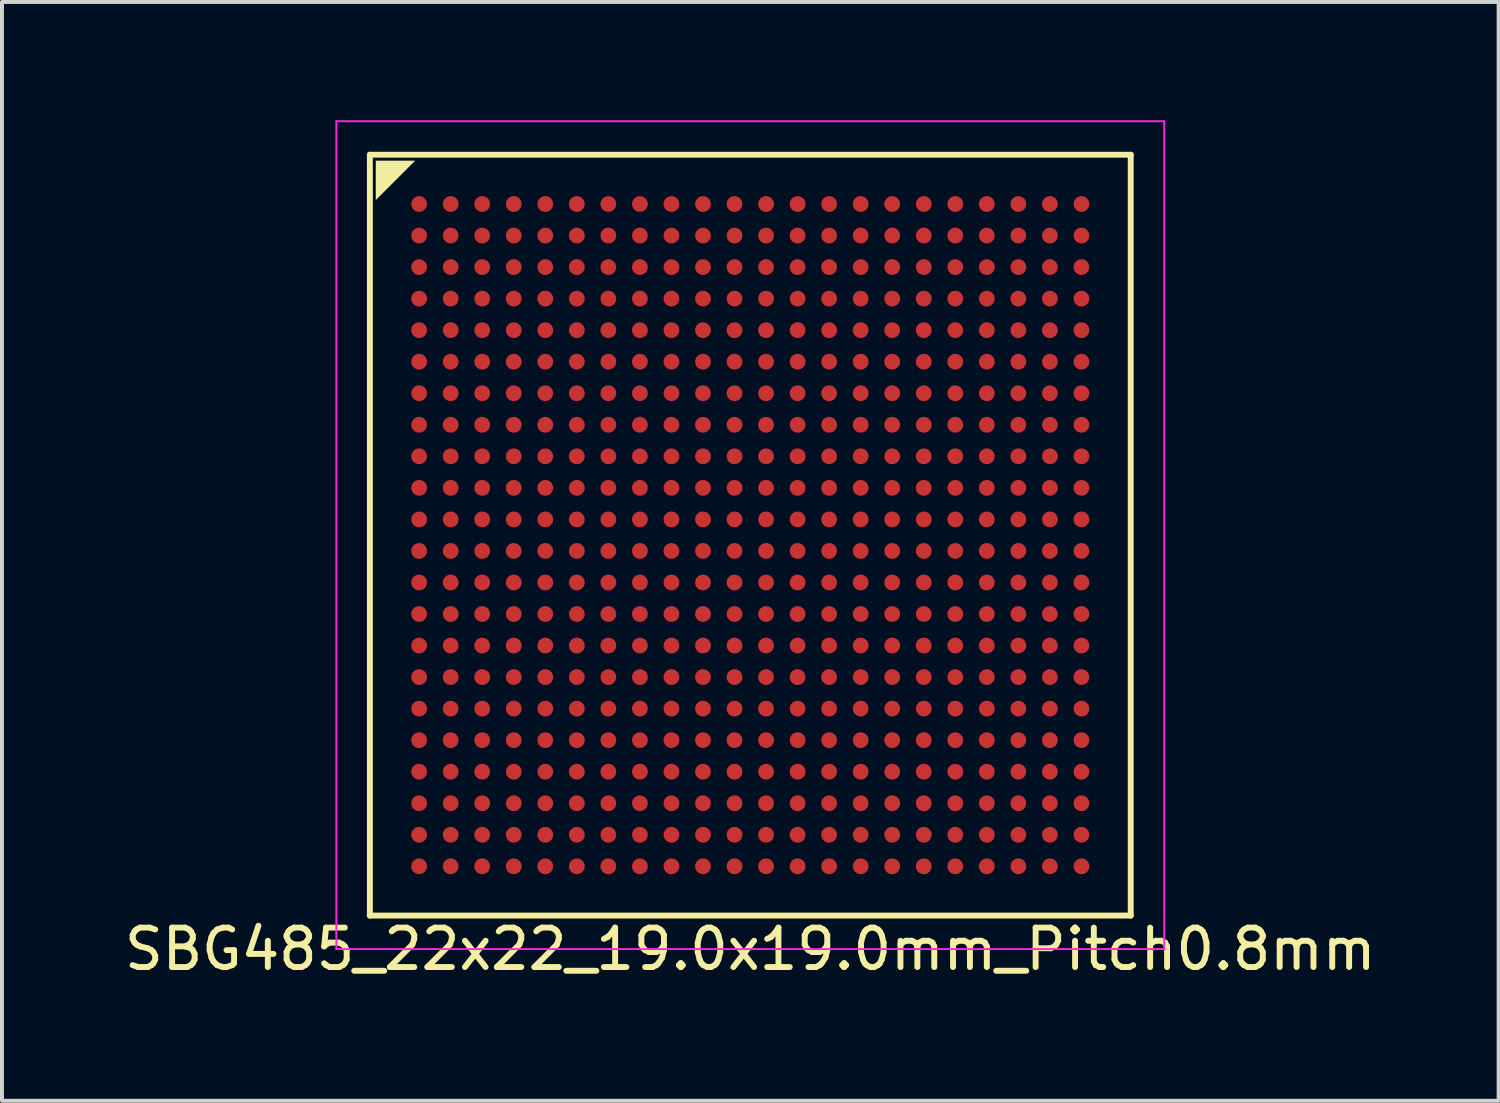
<source format=kicad_pcb>
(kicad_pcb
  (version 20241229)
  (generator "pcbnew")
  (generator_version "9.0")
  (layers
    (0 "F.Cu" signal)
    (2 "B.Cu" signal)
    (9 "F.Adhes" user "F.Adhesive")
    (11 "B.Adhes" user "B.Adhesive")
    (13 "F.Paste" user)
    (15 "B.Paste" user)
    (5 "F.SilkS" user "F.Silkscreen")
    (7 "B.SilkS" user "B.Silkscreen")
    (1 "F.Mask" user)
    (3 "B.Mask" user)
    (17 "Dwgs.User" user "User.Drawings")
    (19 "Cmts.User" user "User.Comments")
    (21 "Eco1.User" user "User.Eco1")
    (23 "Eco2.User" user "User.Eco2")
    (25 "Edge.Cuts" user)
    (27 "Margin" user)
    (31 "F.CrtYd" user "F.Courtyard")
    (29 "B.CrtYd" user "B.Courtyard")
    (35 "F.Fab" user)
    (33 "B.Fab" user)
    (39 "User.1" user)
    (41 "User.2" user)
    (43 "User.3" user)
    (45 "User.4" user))
  (footprint "SBG485_22x22_19.0x19.0mm_Pitch0.8mm"
    (layer "F.Cu")
    (at 15.982 10.525)
    (property "Reference" "SBG485_22x22_19.0x19.0mm_Pitch0.8mm" (at 0 10.5 0) (layer "F.SilkS") (effects (font (size 1 1) (thickness 0.15))))
    (attr through_hole)
    (fp_line (start -9.65 -9.65) (end -9.65 9.65) (stroke (width 0.15) (type solid)) (layer "F.SilkS"))
    (fp_line (start -9.65 9.65) (end 9.65 9.65) (stroke (width 0.15) (type solid)) (layer "F.SilkS"))
    (fp_line (start 9.65 -9.65) (end -9.65 -9.65) (stroke (width 0.15) (type solid)) (layer "F.SilkS"))
    (fp_line (start 9.65 9.65) (end 9.65 -9.65) (stroke (width 0.15) (type solid)) (layer "F.SilkS"))
    (fp_poly (pts (xy -9.5 -9.5) (xy -8.5 -9.5) (xy -9.5 -8.5)) (stroke (width 0) (type solid)) (fill yes) (layer "F.SilkS"))
    (fp_line (start -10.5 -10.5) (end -10.5 10.5) (stroke (width 0.05) (type solid)) (layer "F.CrtYd"))
    (fp_line (start -10.5 10.5) (end 10.5 10.5) (stroke (width 0.05) (type solid)) (layer "F.CrtYd"))
    (fp_line (start 10.5 -10.5) (end -10.5 -10.5) (stroke (width 0.05) (type solid)) (layer "F.CrtYd"))
    (fp_line (start 10.5 10.5) (end 10.5 -10.5) (stroke (width 0.05) (type solid)) (layer "F.CrtYd"))
    (pad "A1" smd circle (at -8.4 -8.4) (size 0.4 0.4) (layers "F.Cu" "F.Mask" "F.Paste"))
    (pad "A2" smd circle (at -7.6 -8.4) (size 0.4 0.4) (layers "F.Cu" "F.Mask" "F.Paste"))
    (pad "A3" smd circle (at -6.8 -8.4) (size 0.4 0.4) (layers "F.Cu" "F.Mask" "F.Paste"))
    (pad "A4" smd circle (at -6 -8.4) (size 0.4 0.4) (layers "F.Cu" "F.Mask" "F.Paste"))
    (pad "A5" smd circle (at -5.2 -8.4) (size 0.4 0.4) (layers "F.Cu" "F.Mask" "F.Paste"))
    (pad "A6" smd circle (at -4.4 -8.4) (size 0.4 0.4) (layers "F.Cu" "F.Mask" "F.Paste"))
    (pad "A7" smd circle (at -3.6 -8.4) (size 0.4 0.4) (layers "F.Cu" "F.Mask" "F.Paste"))
    (pad "A8" smd circle (at -2.8 -8.4) (size 0.4 0.4) (layers "F.Cu" "F.Mask" "F.Paste"))
    (pad "A9" smd circle (at -2 -8.4) (size 0.4 0.4) (layers "F.Cu" "F.Mask" "F.Paste"))
    (pad "A10" smd circle (at -1.2 -8.4) (size 0.4 0.4) (layers "F.Cu" "F.Mask" "F.Paste"))
    (pad "A11" smd circle (at -0.4 -8.4) (size 0.4 0.4) (layers "F.Cu" "F.Mask" "F.Paste"))
    (pad "A12" smd circle (at 0.4 -8.4) (size 0.4 0.4) (layers "F.Cu" "F.Mask" "F.Paste"))
    (pad "A13" smd circle (at 1.2 -8.4) (size 0.4 0.4) (layers "F.Cu" "F.Mask" "F.Paste"))
    (pad "A14" smd circle (at 2 -8.4) (size 0.4 0.4) (layers "F.Cu" "F.Mask" "F.Paste"))
    (pad "A15" smd circle (at 2.8 -8.4) (size 0.4 0.4) (layers "F.Cu" "F.Mask" "F.Paste"))
    (pad "A16" smd circle (at 3.6 -8.4) (size 0.4 0.4) (layers "F.Cu" "F.Mask" "F.Paste"))
    (pad "A17" smd circle (at 4.4 -8.4) (size 0.4 0.4) (layers "F.Cu" "F.Mask" "F.Paste"))
    (pad "A18" smd circle (at 5.2 -8.4) (size 0.4 0.4) (layers "F.Cu" "F.Mask" "F.Paste"))
    (pad "A19" smd circle (at 6 -8.4) (size 0.4 0.4) (layers "F.Cu" "F.Mask" "F.Paste"))
    (pad "A20" smd circle (at 6.8 -8.4) (size 0.4 0.4) (layers "F.Cu" "F.Mask" "F.Paste"))
    (pad "A21" smd circle (at 7.6 -8.4) (size 0.4 0.4) (layers "F.Cu" "F.Mask" "F.Paste"))
    (pad "A22" smd circle (at 8.4 -8.4) (size 0.4 0.4) (layers "F.Cu" "F.Mask" "F.Paste"))
    (pad "AA1" smd circle (at -8.4 7.6) (size 0.4 0.4) (layers "F.Cu" "F.Mask" "F.Paste"))
    (pad "AA2" smd circle (at -7.6 7.6) (size 0.4 0.4) (layers "F.Cu" "F.Mask" "F.Paste"))
    (pad "AA3" smd circle (at -6.8 7.6) (size 0.4 0.4) (layers "F.Cu" "F.Mask" "F.Paste"))
    (pad "AA4" smd circle (at -6 7.6) (size 0.4 0.4) (layers "F.Cu" "F.Mask" "F.Paste"))
    (pad "AA5" smd circle (at -5.2 7.6) (size 0.4 0.4) (layers "F.Cu" "F.Mask" "F.Paste"))
    (pad "AA6" smd circle (at -4.4 7.6) (size 0.4 0.4) (layers "F.Cu" "F.Mask" "F.Paste"))
    (pad "AA7" smd circle (at -3.6 7.6) (size 0.4 0.4) (layers "F.Cu" "F.Mask" "F.Paste"))
    (pad "AA8" smd circle (at -2.8 7.6) (size 0.4 0.4) (layers "F.Cu" "F.Mask" "F.Paste"))
    (pad "AA9" smd circle (at -2 7.6) (size 0.4 0.4) (layers "F.Cu" "F.Mask" "F.Paste"))
    (pad "AA10" smd circle (at -1.2 7.6) (size 0.4 0.4) (layers "F.Cu" "F.Mask" "F.Paste"))
    (pad "AA11" smd circle (at -0.4 7.6) (size 0.4 0.4) (layers "F.Cu" "F.Mask" "F.Paste"))
    (pad "AA12" smd circle (at 0.4 7.6) (size 0.4 0.4) (layers "F.Cu" "F.Mask" "F.Paste"))
    (pad "AA13" smd circle (at 1.2 7.6) (size 0.4 0.4) (layers "F.Cu" "F.Mask" "F.Paste"))
    (pad "AA14" smd circle (at 2 7.6) (size 0.4 0.4) (layers "F.Cu" "F.Mask" "F.Paste"))
    (pad "AA15" smd circle (at 2.8 7.6) (size 0.4 0.4) (layers "F.Cu" "F.Mask" "F.Paste"))
    (pad "AA16" smd circle (at 3.6 7.6) (size 0.4 0.4) (layers "F.Cu" "F.Mask" "F.Paste"))
    (pad "AA17" smd circle (at 4.4 7.6) (size 0.4 0.4) (layers "F.Cu" "F.Mask" "F.Paste"))
    (pad "AA18" smd circle (at 5.2 7.6) (size 0.4 0.4) (layers "F.Cu" "F.Mask" "F.Paste"))
    (pad "AA19" smd circle (at 6 7.6) (size 0.4 0.4) (layers "F.Cu" "F.Mask" "F.Paste"))
    (pad "AA20" smd circle (at 6.8 7.6) (size 0.4 0.4) (layers "F.Cu" "F.Mask" "F.Paste"))
    (pad "AA21" smd circle (at 7.6 7.6) (size 0.4 0.4) (layers "F.Cu" "F.Mask" "F.Paste"))
    (pad "AA22" smd circle (at 8.4 7.6) (size 0.4 0.4) (layers "F.Cu" "F.Mask" "F.Paste"))
    (pad "AB1" smd circle (at -8.4 8.4) (size 0.4 0.4) (layers "F.Cu" "F.Mask" "F.Paste"))
    (pad "AB2" smd circle (at -7.6 8.4) (size 0.4 0.4) (layers "F.Cu" "F.Mask" "F.Paste"))
    (pad "AB3" smd circle (at -6.8 8.4) (size 0.4 0.4) (layers "F.Cu" "F.Mask" "F.Paste"))
    (pad "AB4" smd circle (at -6 8.4) (size 0.4 0.4) (layers "F.Cu" "F.Mask" "F.Paste"))
    (pad "AB5" smd circle (at -5.2 8.4) (size 0.4 0.4) (layers "F.Cu" "F.Mask" "F.Paste"))
    (pad "AB6" smd circle (at -4.4 8.4) (size 0.4 0.4) (layers "F.Cu" "F.Mask" "F.Paste"))
    (pad "AB7" smd circle (at -3.6 8.4) (size 0.4 0.4) (layers "F.Cu" "F.Mask" "F.Paste"))
    (pad "AB8" smd circle (at -2.8 8.4) (size 0.4 0.4) (layers "F.Cu" "F.Mask" "F.Paste"))
    (pad "AB9" smd circle (at -2 8.4) (size 0.4 0.4) (layers "F.Cu" "F.Mask" "F.Paste"))
    (pad "AB10" smd circle (at -1.2 8.4) (size 0.4 0.4) (layers "F.Cu" "F.Mask" "F.Paste"))
    (pad "AB11" smd circle (at -0.4 8.4) (size 0.4 0.4) (layers "F.Cu" "F.Mask" "F.Paste"))
    (pad "AB12" smd circle (at 0.4 8.4) (size 0.4 0.4) (layers "F.Cu" "F.Mask" "F.Paste"))
    (pad "AB13" smd circle (at 1.2 8.4) (size 0.4 0.4) (layers "F.Cu" "F.Mask" "F.Paste"))
    (pad "AB14" smd circle (at 2 8.4) (size 0.4 0.4) (layers "F.Cu" "F.Mask" "F.Paste"))
    (pad "AB15" smd circle (at 2.8 8.4) (size 0.4 0.4) (layers "F.Cu" "F.Mask" "F.Paste"))
    (pad "AB16" smd circle (at 3.6 8.4) (size 0.4 0.4) (layers "F.Cu" "F.Mask" "F.Paste"))
    (pad "AB17" smd circle (at 4.4 8.4) (size 0.4 0.4) (layers "F.Cu" "F.Mask" "F.Paste"))
    (pad "AB18" smd circle (at 5.2 8.4) (size 0.4 0.4) (layers "F.Cu" "F.Mask" "F.Paste"))
    (pad "AB19" smd circle (at 6 8.4) (size 0.4 0.4) (layers "F.Cu" "F.Mask" "F.Paste"))
    (pad "AB20" smd circle (at 6.8 8.4) (size 0.4 0.4) (layers "F.Cu" "F.Mask" "F.Paste"))
    (pad "AB21" smd circle (at 7.6 8.4) (size 0.4 0.4) (layers "F.Cu" "F.Mask" "F.Paste"))
    (pad "AB22" smd circle (at 8.4 8.4) (size 0.4 0.4) (layers "F.Cu" "F.Mask" "F.Paste"))
    (pad "B1" smd circle (at -8.4 -7.6) (size 0.4 0.4) (layers "F.Cu" "F.Mask" "F.Paste"))
    (pad "B2" smd circle (at -7.6 -7.6) (size 0.4 0.4) (layers "F.Cu" "F.Mask" "F.Paste"))
    (pad "B3" smd circle (at -6.8 -7.6) (size 0.4 0.4) (layers "F.Cu" "F.Mask" "F.Paste"))
    (pad "B4" smd circle (at -6 -7.6) (size 0.4 0.4) (layers "F.Cu" "F.Mask" "F.Paste"))
    (pad "B5" smd circle (at -5.2 -7.6) (size 0.4 0.4) (layers "F.Cu" "F.Mask" "F.Paste"))
    (pad "B6" smd circle (at -4.4 -7.6) (size 0.4 0.4) (layers "F.Cu" "F.Mask" "F.Paste"))
    (pad "B7" smd circle (at -3.6 -7.6) (size 0.4 0.4) (layers "F.Cu" "F.Mask" "F.Paste"))
    (pad "B8" smd circle (at -2.8 -7.6) (size 0.4 0.4) (layers "F.Cu" "F.Mask" "F.Paste"))
    (pad "B9" smd circle (at -2 -7.6) (size 0.4 0.4) (layers "F.Cu" "F.Mask" "F.Paste"))
    (pad "B10" smd circle (at -1.2 -7.6) (size 0.4 0.4) (layers "F.Cu" "F.Mask" "F.Paste"))
    (pad "B11" smd circle (at -0.4 -7.6) (size 0.4 0.4) (layers "F.Cu" "F.Mask" "F.Paste"))
    (pad "B12" smd circle (at 0.4 -7.6) (size 0.4 0.4) (layers "F.Cu" "F.Mask" "F.Paste"))
    (pad "B13" smd circle (at 1.2 -7.6) (size 0.4 0.4) (layers "F.Cu" "F.Mask" "F.Paste"))
    (pad "B14" smd circle (at 2 -7.6) (size 0.4 0.4) (layers "F.Cu" "F.Mask" "F.Paste"))
    (pad "B15" smd circle (at 2.8 -7.6) (size 0.4 0.4) (layers "F.Cu" "F.Mask" "F.Paste"))
    (pad "B16" smd circle (at 3.6 -7.6) (size 0.4 0.4) (layers "F.Cu" "F.Mask" "F.Paste"))
    (pad "B17" smd circle (at 4.4 -7.6) (size 0.4 0.4) (layers "F.Cu" "F.Mask" "F.Paste"))
    (pad "B18" smd circle (at 5.2 -7.6) (size 0.4 0.4) (layers "F.Cu" "F.Mask" "F.Paste"))
    (pad "B19" smd circle (at 6 -7.6) (size 0.4 0.4) (layers "F.Cu" "F.Mask" "F.Paste"))
    (pad "B20" smd circle (at 6.8 -7.6) (size 0.4 0.4) (layers "F.Cu" "F.Mask" "F.Paste"))
    (pad "B21" smd circle (at 7.6 -7.6) (size 0.4 0.4) (layers "F.Cu" "F.Mask" "F.Paste"))
    (pad "B22" smd circle (at 8.4 -7.6) (size 0.4 0.4) (layers "F.Cu" "F.Mask" "F.Paste"))
    (pad "C1" smd circle (at -8.4 -6.8) (size 0.4 0.4) (layers "F.Cu" "F.Mask" "F.Paste"))
    (pad "C2" smd circle (at -7.6 -6.8) (size 0.4 0.4) (layers "F.Cu" "F.Mask" "F.Paste"))
    (pad "C3" smd circle (at -6.8 -6.8) (size 0.4 0.4) (layers "F.Cu" "F.Mask" "F.Paste"))
    (pad "C4" smd circle (at -6 -6.8) (size 0.4 0.4) (layers "F.Cu" "F.Mask" "F.Paste"))
    (pad "C5" smd circle (at -5.2 -6.8) (size 0.4 0.4) (layers "F.Cu" "F.Mask" "F.Paste"))
    (pad "C6" smd circle (at -4.4 -6.8) (size 0.4 0.4) (layers "F.Cu" "F.Mask" "F.Paste"))
    (pad "C7" smd circle (at -3.6 -6.8) (size 0.4 0.4) (layers "F.Cu" "F.Mask" "F.Paste"))
    (pad "C8" smd circle (at -2.8 -6.8) (size 0.4 0.4) (layers "F.Cu" "F.Mask" "F.Paste"))
    (pad "C9" smd circle (at -2 -6.8) (size 0.4 0.4) (layers "F.Cu" "F.Mask" "F.Paste"))
    (pad "C10" smd circle (at -1.2 -6.8) (size 0.4 0.4) (layers "F.Cu" "F.Mask" "F.Paste"))
    (pad "C11" smd circle (at -0.4 -6.8) (size 0.4 0.4) (layers "F.Cu" "F.Mask" "F.Paste"))
    (pad "C12" smd circle (at 0.4 -6.8) (size 0.4 0.4) (layers "F.Cu" "F.Mask" "F.Paste"))
    (pad "C13" smd circle (at 1.2 -6.8) (size 0.4 0.4) (layers "F.Cu" "F.Mask" "F.Paste"))
    (pad "C14" smd circle (at 2 -6.8) (size 0.4 0.4) (layers "F.Cu" "F.Mask" "F.Paste"))
    (pad "C15" smd circle (at 2.8 -6.8) (size 0.4 0.4) (layers "F.Cu" "F.Mask" "F.Paste"))
    (pad "C16" smd circle (at 3.6 -6.8) (size 0.4 0.4) (layers "F.Cu" "F.Mask" "F.Paste"))
    (pad "C17" smd circle (at 4.4 -6.8) (size 0.4 0.4) (layers "F.Cu" "F.Mask" "F.Paste"))
    (pad "C18" smd circle (at 5.2 -6.8) (size 0.4 0.4) (layers "F.Cu" "F.Mask" "F.Paste"))
    (pad "C19" smd circle (at 6 -6.8) (size 0.4 0.4) (layers "F.Cu" "F.Mask" "F.Paste"))
    (pad "C20" smd circle (at 6.8 -6.8) (size 0.4 0.4) (layers "F.Cu" "F.Mask" "F.Paste"))
    (pad "C21" smd circle (at 7.6 -6.8) (size 0.4 0.4) (layers "F.Cu" "F.Mask" "F.Paste"))
    (pad "C22" smd circle (at 8.4 -6.8) (size 0.4 0.4) (layers "F.Cu" "F.Mask" "F.Paste"))
    (pad "D1" smd circle (at -8.4 -6) (size 0.4 0.4) (layers "F.Cu" "F.Mask" "F.Paste"))
    (pad "D2" smd circle (at -7.6 -6) (size 0.4 0.4) (layers "F.Cu" "F.Mask" "F.Paste"))
    (pad "D3" smd circle (at -6.8 -6) (size 0.4 0.4) (layers "F.Cu" "F.Mask" "F.Paste"))
    (pad "D4" smd circle (at -6 -6) (size 0.4 0.4) (layers "F.Cu" "F.Mask" "F.Paste"))
    (pad "D5" smd circle (at -5.2 -6) (size 0.4 0.4) (layers "F.Cu" "F.Mask" "F.Paste"))
    (pad "D6" smd circle (at -4.4 -6) (size 0.4 0.4) (layers "F.Cu" "F.Mask" "F.Paste"))
    (pad "D7" smd circle (at -3.6 -6) (size 0.4 0.4) (layers "F.Cu" "F.Mask" "F.Paste"))
    (pad "D8" smd circle (at -2.8 -6) (size 0.4 0.4) (layers "F.Cu" "F.Mask" "F.Paste"))
    (pad "D9" smd circle (at -2 -6) (size 0.4 0.4) (layers "F.Cu" "F.Mask" "F.Paste"))
    (pad "D10" smd circle (at -1.2 -6) (size 0.4 0.4) (layers "F.Cu" "F.Mask" "F.Paste"))
    (pad "D11" smd circle (at -0.4 -6) (size 0.4 0.4) (layers "F.Cu" "F.Mask" "F.Paste"))
    (pad "D12" smd circle (at 0.4 -6) (size 0.4 0.4) (layers "F.Cu" "F.Mask" "F.Paste"))
    (pad "D13" smd circle (at 1.2 -6) (size 0.4 0.4) (layers "F.Cu" "F.Mask" "F.Paste"))
    (pad "D14" smd circle (at 2 -6) (size 0.4 0.4) (layers "F.Cu" "F.Mask" "F.Paste"))
    (pad "D15" smd circle (at 2.8 -6) (size 0.4 0.4) (layers "F.Cu" "F.Mask" "F.Paste"))
    (pad "D16" smd circle (at 3.6 -6) (size 0.4 0.4) (layers "F.Cu" "F.Mask" "F.Paste"))
    (pad "D17" smd circle (at 4.4 -6) (size 0.4 0.4) (layers "F.Cu" "F.Mask" "F.Paste"))
    (pad "D18" smd circle (at 5.2 -6) (size 0.4 0.4) (layers "F.Cu" "F.Mask" "F.Paste"))
    (pad "D19" smd circle (at 6 -6) (size 0.4 0.4) (layers "F.Cu" "F.Mask" "F.Paste"))
    (pad "D20" smd circle (at 6.8 -6) (size 0.4 0.4) (layers "F.Cu" "F.Mask" "F.Paste"))
    (pad "D21" smd circle (at 7.6 -6) (size 0.4 0.4) (layers "F.Cu" "F.Mask" "F.Paste"))
    (pad "D22" smd circle (at 8.4 -6) (size 0.4 0.4) (layers "F.Cu" "F.Mask" "F.Paste"))
    (pad "E1" smd circle (at -8.4 -5.2) (size 0.4 0.4) (layers "F.Cu" "F.Mask" "F.Paste"))
    (pad "E2" smd circle (at -7.6 -5.2) (size 0.4 0.4) (layers "F.Cu" "F.Mask" "F.Paste"))
    (pad "E3" smd circle (at -6.8 -5.2) (size 0.4 0.4) (layers "F.Cu" "F.Mask" "F.Paste"))
    (pad "E4" smd circle (at -6 -5.2) (size 0.4 0.4) (layers "F.Cu" "F.Mask" "F.Paste"))
    (pad "E5" smd circle (at -5.2 -5.2) (size 0.4 0.4) (layers "F.Cu" "F.Mask" "F.Paste"))
    (pad "E6" smd circle (at -4.4 -5.2) (size 0.4 0.4) (layers "F.Cu" "F.Mask" "F.Paste"))
    (pad "E7" smd circle (at -3.6 -5.2) (size 0.4 0.4) (layers "F.Cu" "F.Mask" "F.Paste"))
    (pad "E8" smd circle (at -2.8 -5.2) (size 0.4 0.4) (layers "F.Cu" "F.Mask" "F.Paste"))
    (pad "E9" smd circle (at -2 -5.2) (size 0.4 0.4) (layers "F.Cu" "F.Mask" "F.Paste"))
    (pad "E10" smd circle (at -1.2 -5.2) (size 0.4 0.4) (layers "F.Cu" "F.Mask" "F.Paste"))
    (pad "E11" smd circle (at -0.4 -5.2) (size 0.4 0.4) (layers "F.Cu" "F.Mask" "F.Paste"))
    (pad "E12" smd circle (at 0.4 -5.2) (size 0.4 0.4) (layers "F.Cu" "F.Mask" "F.Paste"))
    (pad "E13" smd circle (at 1.2 -5.2) (size 0.4 0.4) (layers "F.Cu" "F.Mask" "F.Paste"))
    (pad "E14" smd circle (at 2 -5.2) (size 0.4 0.4) (layers "F.Cu" "F.Mask" "F.Paste"))
    (pad "E15" smd circle (at 2.8 -5.2) (size 0.4 0.4) (layers "F.Cu" "F.Mask" "F.Paste"))
    (pad "E16" smd circle (at 3.6 -5.2) (size 0.4 0.4) (layers "F.Cu" "F.Mask" "F.Paste"))
    (pad "E17" smd circle (at 4.4 -5.2) (size 0.4 0.4) (layers "F.Cu" "F.Mask" "F.Paste"))
    (pad "E18" smd circle (at 5.2 -5.2) (size 0.4 0.4) (layers "F.Cu" "F.Mask" "F.Paste"))
    (pad "E19" smd circle (at 6 -5.2) (size 0.4 0.4) (layers "F.Cu" "F.Mask" "F.Paste"))
    (pad "E20" smd circle (at 6.8 -5.2) (size 0.4 0.4) (layers "F.Cu" "F.Mask" "F.Paste"))
    (pad "E21" smd circle (at 7.6 -5.2) (size 0.4 0.4) (layers "F.Cu" "F.Mask" "F.Paste"))
    (pad "E22" smd circle (at 8.4 -5.2) (size 0.4 0.4) (layers "F.Cu" "F.Mask" "F.Paste"))
    (pad "F1" smd circle (at -8.4 -4.4) (size 0.4 0.4) (layers "F.Cu" "F.Mask" "F.Paste"))
    (pad "F2" smd circle (at -7.6 -4.4) (size 0.4 0.4) (layers "F.Cu" "F.Mask" "F.Paste"))
    (pad "F3" smd circle (at -6.8 -4.4) (size 0.4 0.4) (layers "F.Cu" "F.Mask" "F.Paste"))
    (pad "F4" smd circle (at -6 -4.4) (size 0.4 0.4) (layers "F.Cu" "F.Mask" "F.Paste"))
    (pad "F5" smd circle (at -5.2 -4.4) (size 0.4 0.4) (layers "F.Cu" "F.Mask" "F.Paste"))
    (pad "F6" smd circle (at -4.4 -4.4) (size 0.4 0.4) (layers "F.Cu" "F.Mask" "F.Paste"))
    (pad "F7" smd circle (at -3.6 -4.4) (size 0.4 0.4) (layers "F.Cu" "F.Mask" "F.Paste"))
    (pad "F8" smd circle (at -2.8 -4.4) (size 0.4 0.4) (layers "F.Cu" "F.Mask" "F.Paste"))
    (pad "F9" smd circle (at -2 -4.4) (size 0.4 0.4) (layers "F.Cu" "F.Mask" "F.Paste"))
    (pad "F10" smd circle (at -1.2 -4.4) (size 0.4 0.4) (layers "F.Cu" "F.Mask" "F.Paste"))
    (pad "F11" smd circle (at -0.4 -4.4) (size 0.4 0.4) (layers "F.Cu" "F.Mask" "F.Paste"))
    (pad "F12" smd circle (at 0.4 -4.4) (size 0.4 0.4) (layers "F.Cu" "F.Mask" "F.Paste"))
    (pad "F13" smd circle (at 1.2 -4.4) (size 0.4 0.4) (layers "F.Cu" "F.Mask" "F.Paste"))
    (pad "F14" smd circle (at 2 -4.4) (size 0.4 0.4) (layers "F.Cu" "F.Mask" "F.Paste"))
    (pad "F15" smd circle (at 2.8 -4.4) (size 0.4 0.4) (layers "F.Cu" "F.Mask" "F.Paste"))
    (pad "F16" smd circle (at 3.6 -4.4) (size 0.4 0.4) (layers "F.Cu" "F.Mask" "F.Paste"))
    (pad "F17" smd circle (at 4.4 -4.4) (size 0.4 0.4) (layers "F.Cu" "F.Mask" "F.Paste"))
    (pad "F18" smd circle (at 5.2 -4.4) (size 0.4 0.4) (layers "F.Cu" "F.Mask" "F.Paste"))
    (pad "F19" smd circle (at 6 -4.4) (size 0.4 0.4) (layers "F.Cu" "F.Mask" "F.Paste"))
    (pad "F20" smd circle (at 6.8 -4.4) (size 0.4 0.4) (layers "F.Cu" "F.Mask" "F.Paste"))
    (pad "F21" smd circle (at 7.6 -4.4) (size 0.4 0.4) (layers "F.Cu" "F.Mask" "F.Paste"))
    (pad "F22" smd circle (at 8.4 -4.4) (size 0.4 0.4) (layers "F.Cu" "F.Mask" "F.Paste"))
    (pad "G1" smd circle (at -8.4 -3.6) (size 0.4 0.4) (layers "F.Cu" "F.Mask" "F.Paste"))
    (pad "G2" smd circle (at -7.6 -3.6) (size 0.4 0.4) (layers "F.Cu" "F.Mask" "F.Paste"))
    (pad "G3" smd circle (at -6.8 -3.6) (size 0.4 0.4) (layers "F.Cu" "F.Mask" "F.Paste"))
    (pad "G4" smd circle (at -6 -3.6) (size 0.4 0.4) (layers "F.Cu" "F.Mask" "F.Paste"))
    (pad "G5" smd circle (at -5.2 -3.6) (size 0.4 0.4) (layers "F.Cu" "F.Mask" "F.Paste"))
    (pad "G6" smd circle (at -4.4 -3.6) (size 0.4 0.4) (layers "F.Cu" "F.Mask" "F.Paste"))
    (pad "G7" smd circle (at -3.6 -3.6) (size 0.4 0.4) (layers "F.Cu" "F.Mask" "F.Paste"))
    (pad "G8" smd circle (at -2.8 -3.6) (size 0.4 0.4) (layers "F.Cu" "F.Mask" "F.Paste"))
    (pad "G9" smd circle (at -2 -3.6) (size 0.4 0.4) (layers "F.Cu" "F.Mask" "F.Paste"))
    (pad "G10" smd circle (at -1.2 -3.6) (size 0.4 0.4) (layers "F.Cu" "F.Mask" "F.Paste"))
    (pad "G11" smd circle (at -0.4 -3.6) (size 0.4 0.4) (layers "F.Cu" "F.Mask" "F.Paste"))
    (pad "G12" smd circle (at 0.4 -3.6) (size 0.4 0.4) (layers "F.Cu" "F.Mask" "F.Paste"))
    (pad "G13" smd circle (at 1.2 -3.6) (size 0.4 0.4) (layers "F.Cu" "F.Mask" "F.Paste"))
    (pad "G14" smd circle (at 2 -3.6) (size 0.4 0.4) (layers "F.Cu" "F.Mask" "F.Paste"))
    (pad "G15" smd circle (at 2.8 -3.6) (size 0.4 0.4) (layers "F.Cu" "F.Mask" "F.Paste"))
    (pad "G16" smd circle (at 3.6 -3.6) (size 0.4 0.4) (layers "F.Cu" "F.Mask" "F.Paste"))
    (pad "G17" smd circle (at 4.4 -3.6) (size 0.4 0.4) (layers "F.Cu" "F.Mask" "F.Paste"))
    (pad "G18" smd circle (at 5.2 -3.6) (size 0.4 0.4) (layers "F.Cu" "F.Mask" "F.Paste"))
    (pad "G19" smd circle (at 6 -3.6) (size 0.4 0.4) (layers "F.Cu" "F.Mask" "F.Paste"))
    (pad "G20" smd circle (at 6.8 -3.6) (size 0.4 0.4) (layers "F.Cu" "F.Mask" "F.Paste"))
    (pad "G21" smd circle (at 7.6 -3.6) (size 0.4 0.4) (layers "F.Cu" "F.Mask" "F.Paste"))
    (pad "G22" smd circle (at 8.4 -3.6) (size 0.4 0.4) (layers "F.Cu" "F.Mask" "F.Paste"))
    (pad "H1" smd circle (at -8.4 -2.8) (size 0.4 0.4) (layers "F.Cu" "F.Mask" "F.Paste"))
    (pad "H2" smd circle (at -7.6 -2.8) (size 0.4 0.4) (layers "F.Cu" "F.Mask" "F.Paste"))
    (pad "H3" smd circle (at -6.8 -2.8) (size 0.4 0.4) (layers "F.Cu" "F.Mask" "F.Paste"))
    (pad "H4" smd circle (at -6 -2.8) (size 0.4 0.4) (layers "F.Cu" "F.Mask" "F.Paste"))
    (pad "H5" smd circle (at -5.2 -2.8) (size 0.4 0.4) (layers "F.Cu" "F.Mask" "F.Paste"))
    (pad "H6" smd circle (at -4.4 -2.8) (size 0.4 0.4) (layers "F.Cu" "F.Mask" "F.Paste"))
    (pad "H7" smd circle (at -3.6 -2.8) (size 0.4 0.4) (layers "F.Cu" "F.Mask" "F.Paste"))
    (pad "H8" smd circle (at -2.8 -2.8) (size 0.4 0.4) (layers "F.Cu" "F.Mask" "F.Paste"))
    (pad "H9" smd circle (at -2 -2.8) (size 0.4 0.4) (layers "F.Cu" "F.Mask" "F.Paste"))
    (pad "H10" smd circle (at -1.2 -2.8) (size 0.4 0.4) (layers "F.Cu" "F.Mask" "F.Paste"))
    (pad "H11" smd circle (at -0.4 -2.8) (size 0.4 0.4) (layers "F.Cu" "F.Mask" "F.Paste"))
    (pad "H12" smd circle (at 0.4 -2.8) (size 0.4 0.4) (layers "F.Cu" "F.Mask" "F.Paste"))
    (pad "H13" smd circle (at 1.2 -2.8) (size 0.4 0.4) (layers "F.Cu" "F.Mask" "F.Paste"))
    (pad "H14" smd circle (at 2 -2.8) (size 0.4 0.4) (layers "F.Cu" "F.Mask" "F.Paste"))
    (pad "H15" smd circle (at 2.8 -2.8) (size 0.4 0.4) (layers "F.Cu" "F.Mask" "F.Paste"))
    (pad "H16" smd circle (at 3.6 -2.8) (size 0.4 0.4) (layers "F.Cu" "F.Mask" "F.Paste"))
    (pad "H17" smd circle (at 4.4 -2.8) (size 0.4 0.4) (layers "F.Cu" "F.Mask" "F.Paste"))
    (pad "H18" smd circle (at 5.2 -2.8) (size 0.4 0.4) (layers "F.Cu" "F.Mask" "F.Paste"))
    (pad "H19" smd circle (at 6 -2.8) (size 0.4 0.4) (layers "F.Cu" "F.Mask" "F.Paste"))
    (pad "H20" smd circle (at 6.8 -2.8) (size 0.4 0.4) (layers "F.Cu" "F.Mask" "F.Paste"))
    (pad "H21" smd circle (at 7.6 -2.8) (size 0.4 0.4) (layers "F.Cu" "F.Mask" "F.Paste"))
    (pad "H22" smd circle (at 8.4 -2.8) (size 0.4 0.4) (layers "F.Cu" "F.Mask" "F.Paste"))
    (pad "J1" smd circle (at -8.4 -2) (size 0.4 0.4) (layers "F.Cu" "F.Mask" "F.Paste"))
    (pad "J2" smd circle (at -7.6 -2) (size 0.4 0.4) (layers "F.Cu" "F.Mask" "F.Paste"))
    (pad "J3" smd circle (at -6.8 -2) (size 0.4 0.4) (layers "F.Cu" "F.Mask" "F.Paste"))
    (pad "J4" smd circle (at -6 -2) (size 0.4 0.4) (layers "F.Cu" "F.Mask" "F.Paste"))
    (pad "J5" smd circle (at -5.2 -2) (size 0.4 0.4) (layers "F.Cu" "F.Mask" "F.Paste"))
    (pad "J6" smd circle (at -4.4 -2) (size 0.4 0.4) (layers "F.Cu" "F.Mask" "F.Paste"))
    (pad "J7" smd circle (at -3.6 -2) (size 0.4 0.4) (layers "F.Cu" "F.Mask" "F.Paste"))
    (pad "J8" smd circle (at -2.8 -2) (size 0.4 0.4) (layers "F.Cu" "F.Mask" "F.Paste"))
    (pad "J9" smd circle (at -2 -2) (size 0.4 0.4) (layers "F.Cu" "F.Mask" "F.Paste"))
    (pad "J10" smd circle (at -1.2 -2) (size 0.4 0.4) (layers "F.Cu" "F.Mask" "F.Paste"))
    (pad "J11" smd circle (at -0.4 -2) (size 0.4 0.4) (layers "F.Cu" "F.Mask" "F.Paste"))
    (pad "J12" smd circle (at 0.4 -2) (size 0.4 0.4) (layers "F.Cu" "F.Mask" "F.Paste"))
    (pad "J13" smd circle (at 1.2 -2) (size 0.4 0.4) (layers "F.Cu" "F.Mask" "F.Paste"))
    (pad "J14" smd circle (at 2 -2) (size 0.4 0.4) (layers "F.Cu" "F.Mask" "F.Paste"))
    (pad "J15" smd circle (at 2.8 -2) (size 0.4 0.4) (layers "F.Cu" "F.Mask" "F.Paste"))
    (pad "J16" smd circle (at 3.6 -2) (size 0.4 0.4) (layers "F.Cu" "F.Mask" "F.Paste"))
    (pad "J17" smd circle (at 4.4 -2) (size 0.4 0.4) (layers "F.Cu" "F.Mask" "F.Paste"))
    (pad "J18" smd circle (at 5.2 -2) (size 0.4 0.4) (layers "F.Cu" "F.Mask" "F.Paste"))
    (pad "J19" smd circle (at 6 -2) (size 0.4 0.4) (layers "F.Cu" "F.Mask" "F.Paste"))
    (pad "J20" smd circle (at 6.8 -2) (size 0.4 0.4) (layers "F.Cu" "F.Mask" "F.Paste"))
    (pad "J21" smd circle (at 7.6 -2) (size 0.4 0.4) (layers "F.Cu" "F.Mask" "F.Paste"))
    (pad "J22" smd circle (at 8.4 -2) (size 0.4 0.4) (layers "F.Cu" "F.Mask" "F.Paste"))
    (pad "K1" smd circle (at -8.4 -1.2) (size 0.4 0.4) (layers "F.Cu" "F.Mask" "F.Paste"))
    (pad "K2" smd circle (at -7.6 -1.2) (size 0.4 0.4) (layers "F.Cu" "F.Mask" "F.Paste"))
    (pad "K3" smd circle (at -6.8 -1.2) (size 0.4 0.4) (layers "F.Cu" "F.Mask" "F.Paste"))
    (pad "K4" smd circle (at -6 -1.2) (size 0.4 0.4) (layers "F.Cu" "F.Mask" "F.Paste"))
    (pad "K5" smd circle (at -5.2 -1.2) (size 0.4 0.4) (layers "F.Cu" "F.Mask" "F.Paste"))
    (pad "K6" smd circle (at -4.4 -1.2) (size 0.4 0.4) (layers "F.Cu" "F.Mask" "F.Paste"))
    (pad "K7" smd circle (at -3.6 -1.2) (size 0.4 0.4) (layers "F.Cu" "F.Mask" "F.Paste"))
    (pad "K8" smd circle (at -2.8 -1.2) (size 0.4 0.4) (layers "F.Cu" "F.Mask" "F.Paste"))
    (pad "K9" smd circle (at -2 -1.2) (size 0.4 0.4) (layers "F.Cu" "F.Mask" "F.Paste"))
    (pad "K10" smd circle (at -1.2 -1.2) (size 0.4 0.4) (layers "F.Cu" "F.Mask" "F.Paste"))
    (pad "K11" smd circle (at -0.4 -1.2) (size 0.4 0.4) (layers "F.Cu" "F.Mask" "F.Paste"))
    (pad "K12" smd circle (at 0.4 -1.2) (size 0.4 0.4) (layers "F.Cu" "F.Mask" "F.Paste"))
    (pad "K13" smd circle (at 1.2 -1.2) (size 0.4 0.4) (layers "F.Cu" "F.Mask" "F.Paste"))
    (pad "K14" smd circle (at 2 -1.2) (size 0.4 0.4) (layers "F.Cu" "F.Mask" "F.Paste"))
    (pad "K15" smd circle (at 2.8 -1.2) (size 0.4 0.4) (layers "F.Cu" "F.Mask" "F.Paste"))
    (pad "K16" smd circle (at 3.6 -1.2) (size 0.4 0.4) (layers "F.Cu" "F.Mask" "F.Paste"))
    (pad "K17" smd circle (at 4.4 -1.2) (size 0.4 0.4) (layers "F.Cu" "F.Mask" "F.Paste"))
    (pad "K18" smd circle (at 5.2 -1.2) (size 0.4 0.4) (layers "F.Cu" "F.Mask" "F.Paste"))
    (pad "K19" smd circle (at 6 -1.2) (size 0.4 0.4) (layers "F.Cu" "F.Mask" "F.Paste"))
    (pad "K20" smd circle (at 6.8 -1.2) (size 0.4 0.4) (layers "F.Cu" "F.Mask" "F.Paste"))
    (pad "K21" smd circle (at 7.6 -1.2) (size 0.4 0.4) (layers "F.Cu" "F.Mask" "F.Paste"))
    (pad "K22" smd circle (at 8.4 -1.2) (size 0.4 0.4) (layers "F.Cu" "F.Mask" "F.Paste"))
    (pad "L1" smd circle (at -8.4 -0.4) (size 0.4 0.4) (layers "F.Cu" "F.Mask" "F.Paste"))
    (pad "L2" smd circle (at -7.6 -0.4) (size 0.4 0.4) (layers "F.Cu" "F.Mask" "F.Paste"))
    (pad "L3" smd circle (at -6.8 -0.4) (size 0.4 0.4) (layers "F.Cu" "F.Mask" "F.Paste"))
    (pad "L4" smd circle (at -6 -0.4) (size 0.4 0.4) (layers "F.Cu" "F.Mask" "F.Paste"))
    (pad "L5" smd circle (at -5.2 -0.4) (size 0.4 0.4) (layers "F.Cu" "F.Mask" "F.Paste"))
    (pad "L6" smd circle (at -4.4 -0.4) (size 0.4 0.4) (layers "F.Cu" "F.Mask" "F.Paste"))
    (pad "L7" smd circle (at -3.6 -0.4) (size 0.4 0.4) (layers "F.Cu" "F.Mask" "F.Paste"))
    (pad "L8" smd circle (at -2.8 -0.4) (size 0.4 0.4) (layers "F.Cu" "F.Mask" "F.Paste"))
    (pad "L9" smd circle (at -2 -0.4) (size 0.4 0.4) (layers "F.Cu" "F.Mask" "F.Paste"))
    (pad "L10" smd circle (at -1.2 -0.4) (size 0.4 0.4) (layers "F.Cu" "F.Mask" "F.Paste"))
    (pad "L11" smd circle (at -0.4 -0.4) (size 0.4 0.4) (layers "F.Cu" "F.Mask" "F.Paste"))
    (pad "L12" smd circle (at 0.4 -0.4) (size 0.4 0.4) (layers "F.Cu" "F.Mask" "F.Paste"))
    (pad "L13" smd circle (at 1.2 -0.4) (size 0.4 0.4) (layers "F.Cu" "F.Mask" "F.Paste"))
    (pad "L14" smd circle (at 2 -0.4) (size 0.4 0.4) (layers "F.Cu" "F.Mask" "F.Paste"))
    (pad "L15" smd circle (at 2.8 -0.4) (size 0.4 0.4) (layers "F.Cu" "F.Mask" "F.Paste"))
    (pad "L16" smd circle (at 3.6 -0.4) (size 0.4 0.4) (layers "F.Cu" "F.Mask" "F.Paste"))
    (pad "L17" smd circle (at 4.4 -0.4) (size 0.4 0.4) (layers "F.Cu" "F.Mask" "F.Paste"))
    (pad "L18" smd circle (at 5.2 -0.4) (size 0.4 0.4) (layers "F.Cu" "F.Mask" "F.Paste"))
    (pad "L19" smd circle (at 6 -0.4) (size 0.4 0.4) (layers "F.Cu" "F.Mask" "F.Paste"))
    (pad "L20" smd circle (at 6.8 -0.4) (size 0.4 0.4) (layers "F.Cu" "F.Mask" "F.Paste"))
    (pad "L21" smd circle (at 7.6 -0.4) (size 0.4 0.4) (layers "F.Cu" "F.Mask" "F.Paste"))
    (pad "L22" smd circle (at 8.4 -0.4) (size 0.4 0.4) (layers "F.Cu" "F.Mask" "F.Paste"))
    (pad "M1" smd circle (at -8.4 0.4) (size 0.4 0.4) (layers "F.Cu" "F.Mask" "F.Paste"))
    (pad "M2" smd circle (at -7.6 0.4) (size 0.4 0.4) (layers "F.Cu" "F.Mask" "F.Paste"))
    (pad "M3" smd circle (at -6.8 0.4) (size 0.4 0.4) (layers "F.Cu" "F.Mask" "F.Paste"))
    (pad "M4" smd circle (at -6 0.4) (size 0.4 0.4) (layers "F.Cu" "F.Mask" "F.Paste"))
    (pad "M5" smd circle (at -5.2 0.4) (size 0.4 0.4) (layers "F.Cu" "F.Mask" "F.Paste"))
    (pad "M6" smd circle (at -4.4 0.4) (size 0.4 0.4) (layers "F.Cu" "F.Mask" "F.Paste"))
    (pad "M7" smd circle (at -3.6 0.4) (size 0.4 0.4) (layers "F.Cu" "F.Mask" "F.Paste"))
    (pad "M8" smd circle (at -2.8 0.4) (size 0.4 0.4) (layers "F.Cu" "F.Mask" "F.Paste"))
    (pad "M9" smd circle (at -2 0.4) (size 0.4 0.4) (layers "F.Cu" "F.Mask" "F.Paste"))
    (pad "M10" smd circle (at -1.2 0.4) (size 0.4 0.4) (layers "F.Cu" "F.Mask" "F.Paste"))
    (pad "M11" smd circle (at -0.4 0.4) (size 0.4 0.4) (layers "F.Cu" "F.Mask" "F.Paste"))
    (pad "M12" smd circle (at 0.4 0.4) (size 0.4 0.4) (layers "F.Cu" "F.Mask" "F.Paste"))
    (pad "M13" smd circle (at 1.2 0.4) (size 0.4 0.4) (layers "F.Cu" "F.Mask" "F.Paste"))
    (pad "M14" smd circle (at 2 0.4) (size 0.4 0.4) (layers "F.Cu" "F.Mask" "F.Paste"))
    (pad "M15" smd circle (at 2.8 0.4) (size 0.4 0.4) (layers "F.Cu" "F.Mask" "F.Paste"))
    (pad "M16" smd circle (at 3.6 0.4) (size 0.4 0.4) (layers "F.Cu" "F.Mask" "F.Paste"))
    (pad "M17" smd circle (at 4.4 0.4) (size 0.4 0.4) (layers "F.Cu" "F.Mask" "F.Paste"))
    (pad "M18" smd circle (at 5.2 0.4) (size 0.4 0.4) (layers "F.Cu" "F.Mask" "F.Paste"))
    (pad "M19" smd circle (at 6 0.4) (size 0.4 0.4) (layers "F.Cu" "F.Mask" "F.Paste"))
    (pad "M20" smd circle (at 6.8 0.4) (size 0.4 0.4) (layers "F.Cu" "F.Mask" "F.Paste"))
    (pad "M21" smd circle (at 7.6 0.4) (size 0.4 0.4) (layers "F.Cu" "F.Mask" "F.Paste"))
    (pad "M22" smd circle (at 8.4 0.4) (size 0.4 0.4) (layers "F.Cu" "F.Mask" "F.Paste"))
    (pad "N1" smd circle (at -8.4 1.2) (size 0.4 0.4) (layers "F.Cu" "F.Mask" "F.Paste"))
    (pad "N2" smd circle (at -7.6 1.2) (size 0.4 0.4) (layers "F.Cu" "F.Mask" "F.Paste"))
    (pad "N3" smd circle (at -6.8 1.2) (size 0.4 0.4) (layers "F.Cu" "F.Mask" "F.Paste"))
    (pad "N4" smd circle (at -6 1.2) (size 0.4 0.4) (layers "F.Cu" "F.Mask" "F.Paste"))
    (pad "N5" smd circle (at -5.2 1.2) (size 0.4 0.4) (layers "F.Cu" "F.Mask" "F.Paste"))
    (pad "N6" smd circle (at -4.4 1.2) (size 0.4 0.4) (layers "F.Cu" "F.Mask" "F.Paste"))
    (pad "N7" smd circle (at -3.6 1.2) (size 0.4 0.4) (layers "F.Cu" "F.Mask" "F.Paste"))
    (pad "N8" smd circle (at -2.8 1.2) (size 0.4 0.4) (layers "F.Cu" "F.Mask" "F.Paste"))
    (pad "N9" smd circle (at -2 1.2) (size 0.4 0.4) (layers "F.Cu" "F.Mask" "F.Paste"))
    (pad "N10" smd circle (at -1.2 1.2) (size 0.4 0.4) (layers "F.Cu" "F.Mask" "F.Paste"))
    (pad "N11" smd circle (at -0.4 1.2) (size 0.4 0.4) (layers "F.Cu" "F.Mask" "F.Paste"))
    (pad "N12" smd circle (at 0.4 1.2) (size 0.4 0.4) (layers "F.Cu" "F.Mask" "F.Paste"))
    (pad "N13" smd circle (at 1.2 1.2) (size 0.4 0.4) (layers "F.Cu" "F.Mask" "F.Paste"))
    (pad "N14" smd circle (at 2 1.2) (size 0.4 0.4) (layers "F.Cu" "F.Mask" "F.Paste"))
    (pad "N15" smd circle (at 2.8 1.2) (size 0.4 0.4) (layers "F.Cu" "F.Mask" "F.Paste"))
    (pad "N16" smd circle (at 3.6 1.2) (size 0.4 0.4) (layers "F.Cu" "F.Mask" "F.Paste"))
    (pad "N17" smd circle (at 4.4 1.2) (size 0.4 0.4) (layers "F.Cu" "F.Mask" "F.Paste"))
    (pad "N18" smd circle (at 5.2 1.2) (size 0.4 0.4) (layers "F.Cu" "F.Mask" "F.Paste"))
    (pad "N19" smd circle (at 6 1.2) (size 0.4 0.4) (layers "F.Cu" "F.Mask" "F.Paste"))
    (pad "N20" smd circle (at 6.8 1.2) (size 0.4 0.4) (layers "F.Cu" "F.Mask" "F.Paste"))
    (pad "N21" smd circle (at 7.6 1.2) (size 0.4 0.4) (layers "F.Cu" "F.Mask" "F.Paste"))
    (pad "N22" smd circle (at 8.4 1.2) (size 0.4 0.4) (layers "F.Cu" "F.Mask" "F.Paste"))
    (pad "P1" smd circle (at -8.4 2) (size 0.4 0.4) (layers "F.Cu" "F.Mask" "F.Paste"))
    (pad "P2" smd circle (at -7.6 2) (size 0.4 0.4) (layers "F.Cu" "F.Mask" "F.Paste"))
    (pad "P3" smd circle (at -6.8 2) (size 0.4 0.4) (layers "F.Cu" "F.Mask" "F.Paste"))
    (pad "P4" smd circle (at -6 2) (size 0.4 0.4) (layers "F.Cu" "F.Mask" "F.Paste"))
    (pad "P5" smd circle (at -5.2 2) (size 0.4 0.4) (layers "F.Cu" "F.Mask" "F.Paste"))
    (pad "P6" smd circle (at -4.4 2) (size 0.4 0.4) (layers "F.Cu" "F.Mask" "F.Paste"))
    (pad "P7" smd circle (at -3.6 2) (size 0.4 0.4) (layers "F.Cu" "F.Mask" "F.Paste"))
    (pad "P8" smd circle (at -2.8 2) (size 0.4 0.4) (layers "F.Cu" "F.Mask" "F.Paste"))
    (pad "P9" smd circle (at -2 2) (size 0.4 0.4) (layers "F.Cu" "F.Mask" "F.Paste"))
    (pad "P10" smd circle (at -1.2 2) (size 0.4 0.4) (layers "F.Cu" "F.Mask" "F.Paste"))
    (pad "P11" smd circle (at -0.4 2) (size 0.4 0.4) (layers "F.Cu" "F.Mask" "F.Paste"))
    (pad "P12" smd circle (at 0.4 2) (size 0.4 0.4) (layers "F.Cu" "F.Mask" "F.Paste"))
    (pad "P13" smd circle (at 1.2 2) (size 0.4 0.4) (layers "F.Cu" "F.Mask" "F.Paste"))
    (pad "P14" smd circle (at 2 2) (size 0.4 0.4) (layers "F.Cu" "F.Mask" "F.Paste"))
    (pad "P15" smd circle (at 2.8 2) (size 0.4 0.4) (layers "F.Cu" "F.Mask" "F.Paste"))
    (pad "P16" smd circle (at 3.6 2) (size 0.4 0.4) (layers "F.Cu" "F.Mask" "F.Paste"))
    (pad "P17" smd circle (at 4.4 2) (size 0.4 0.4) (layers "F.Cu" "F.Mask" "F.Paste"))
    (pad "P18" smd circle (at 5.2 2) (size 0.4 0.4) (layers "F.Cu" "F.Mask" "F.Paste"))
    (pad "P19" smd circle (at 6 2) (size 0.4 0.4) (layers "F.Cu" "F.Mask" "F.Paste"))
    (pad "P20" smd circle (at 6.8 2) (size 0.4 0.4) (layers "F.Cu" "F.Mask" "F.Paste"))
    (pad "P21" smd circle (at 7.6 2) (size 0.4 0.4) (layers "F.Cu" "F.Mask" "F.Paste"))
    (pad "P22" smd circle (at 8.4 2) (size 0.4 0.4) (layers "F.Cu" "F.Mask" "F.Paste"))
    (pad "R1" smd circle (at -8.4 2.8) (size 0.4 0.4) (layers "F.Cu" "F.Mask" "F.Paste"))
    (pad "R2" smd circle (at -7.6 2.8) (size 0.4 0.4) (layers "F.Cu" "F.Mask" "F.Paste"))
    (pad "R3" smd circle (at -6.8 2.8) (size 0.4 0.4) (layers "F.Cu" "F.Mask" "F.Paste"))
    (pad "R4" smd circle (at -6 2.8) (size 0.4 0.4) (layers "F.Cu" "F.Mask" "F.Paste"))
    (pad "R5" smd circle (at -5.2 2.8) (size 0.4 0.4) (layers "F.Cu" "F.Mask" "F.Paste"))
    (pad "R6" smd circle (at -4.4 2.8) (size 0.4 0.4) (layers "F.Cu" "F.Mask" "F.Paste"))
    (pad "R7" smd circle (at -3.6 2.8) (size 0.4 0.4) (layers "F.Cu" "F.Mask" "F.Paste"))
    (pad "R8" smd circle (at -2.8 2.8) (size 0.4 0.4) (layers "F.Cu" "F.Mask" "F.Paste"))
    (pad "R9" smd circle (at -2 2.8) (size 0.4 0.4) (layers "F.Cu" "F.Mask" "F.Paste"))
    (pad "R10" smd circle (at -1.2 2.8) (size 0.4 0.4) (layers "F.Cu" "F.Mask" "F.Paste"))
    (pad "R11" smd circle (at -0.4 2.8) (size 0.4 0.4) (layers "F.Cu" "F.Mask" "F.Paste"))
    (pad "R12" smd circle (at 0.4 2.8) (size 0.4 0.4) (layers "F.Cu" "F.Mask" "F.Paste"))
    (pad "R13" smd circle (at 1.2 2.8) (size 0.4 0.4) (layers "F.Cu" "F.Mask" "F.Paste"))
    (pad "R14" smd circle (at 2 2.8) (size 0.4 0.4) (layers "F.Cu" "F.Mask" "F.Paste"))
    (pad "R15" smd circle (at 2.8 2.8) (size 0.4 0.4) (layers "F.Cu" "F.Mask" "F.Paste"))
    (pad "R16" smd circle (at 3.6 2.8) (size 0.4 0.4) (layers "F.Cu" "F.Mask" "F.Paste"))
    (pad "R17" smd circle (at 4.4 2.8) (size 0.4 0.4) (layers "F.Cu" "F.Mask" "F.Paste"))
    (pad "R18" smd circle (at 5.2 2.8) (size 0.4 0.4) (layers "F.Cu" "F.Mask" "F.Paste"))
    (pad "R19" smd circle (at 6 2.8) (size 0.4 0.4) (layers "F.Cu" "F.Mask" "F.Paste"))
    (pad "R20" smd circle (at 6.8 2.8) (size 0.4 0.4) (layers "F.Cu" "F.Mask" "F.Paste"))
    (pad "R21" smd circle (at 7.6 2.8) (size 0.4 0.4) (layers "F.Cu" "F.Mask" "F.Paste"))
    (pad "R22" smd circle (at 8.4 2.8) (size 0.4 0.4) (layers "F.Cu" "F.Mask" "F.Paste"))
    (pad "T1" smd circle (at -8.4 3.6) (size 0.4 0.4) (layers "F.Cu" "F.Mask" "F.Paste"))
    (pad "T2" smd circle (at -7.6 3.6) (size 0.4 0.4) (layers "F.Cu" "F.Mask" "F.Paste"))
    (pad "T3" smd circle (at -6.8 3.6) (size 0.4 0.4) (layers "F.Cu" "F.Mask" "F.Paste"))
    (pad "T4" smd circle (at -6 3.6) (size 0.4 0.4) (layers "F.Cu" "F.Mask" "F.Paste"))
    (pad "T5" smd circle (at -5.2 3.6) (size 0.4 0.4) (layers "F.Cu" "F.Mask" "F.Paste"))
    (pad "T6" smd circle (at -4.4 3.6) (size 0.4 0.4) (layers "F.Cu" "F.Mask" "F.Paste"))
    (pad "T7" smd circle (at -3.6 3.6) (size 0.4 0.4) (layers "F.Cu" "F.Mask" "F.Paste"))
    (pad "T8" smd circle (at -2.8 3.6) (size 0.4 0.4) (layers "F.Cu" "F.Mask" "F.Paste"))
    (pad "T9" smd circle (at -2 3.6) (size 0.4 0.4) (layers "F.Cu" "F.Mask" "F.Paste"))
    (pad "T10" smd circle (at -1.2 3.6) (size 0.4 0.4) (layers "F.Cu" "F.Mask" "F.Paste"))
    (pad "T11" smd circle (at -0.4 3.6) (size 0.4 0.4) (layers "F.Cu" "F.Mask" "F.Paste"))
    (pad "T12" smd circle (at 0.4 3.6) (size 0.4 0.4) (layers "F.Cu" "F.Mask" "F.Paste"))
    (pad "T13" smd circle (at 1.2 3.6) (size 0.4 0.4) (layers "F.Cu" "F.Mask" "F.Paste"))
    (pad "T14" smd circle (at 2 3.6) (size 0.4 0.4) (layers "F.Cu" "F.Mask" "F.Paste"))
    (pad "T15" smd circle (at 2.8 3.6) (size 0.4 0.4) (layers "F.Cu" "F.Mask" "F.Paste"))
    (pad "T16" smd circle (at 3.6 3.6) (size 0.4 0.4) (layers "F.Cu" "F.Mask" "F.Paste"))
    (pad "T17" smd circle (at 4.4 3.6) (size 0.4 0.4) (layers "F.Cu" "F.Mask" "F.Paste"))
    (pad "T18" smd circle (at 5.2 3.6) (size 0.4 0.4) (layers "F.Cu" "F.Mask" "F.Paste"))
    (pad "T19" smd circle (at 6 3.6) (size 0.4 0.4) (layers "F.Cu" "F.Mask" "F.Paste"))
    (pad "T20" smd circle (at 6.8 3.6) (size 0.4 0.4) (layers "F.Cu" "F.Mask" "F.Paste"))
    (pad "T21" smd circle (at 7.6 3.6) (size 0.4 0.4) (layers "F.Cu" "F.Mask" "F.Paste"))
    (pad "T22" smd circle (at 8.4 3.6) (size 0.4 0.4) (layers "F.Cu" "F.Mask" "F.Paste"))
    (pad "U1" smd circle (at -8.4 4.4) (size 0.4 0.4) (layers "F.Cu" "F.Mask" "F.Paste"))
    (pad "U2" smd circle (at -7.6 4.4) (size 0.4 0.4) (layers "F.Cu" "F.Mask" "F.Paste"))
    (pad "U3" smd circle (at -6.8 4.4) (size 0.4 0.4) (layers "F.Cu" "F.Mask" "F.Paste"))
    (pad "U4" smd circle (at -6 4.4) (size 0.4 0.4) (layers "F.Cu" "F.Mask" "F.Paste"))
    (pad "U5" smd circle (at -5.2 4.4) (size 0.4 0.4) (layers "F.Cu" "F.Mask" "F.Paste"))
    (pad "U6" smd circle (at -4.4 4.4) (size 0.4 0.4) (layers "F.Cu" "F.Mask" "F.Paste"))
    (pad "U7" smd circle (at -3.6 4.4) (size 0.4 0.4) (layers "F.Cu" "F.Mask" "F.Paste"))
    (pad "U8" smd circle (at -2.8 4.4) (size 0.4 0.4) (layers "F.Cu" "F.Mask" "F.Paste"))
    (pad "U9" smd circle (at -2 4.4) (size 0.4 0.4) (layers "F.Cu" "F.Mask" "F.Paste"))
    (pad "U10" smd circle (at -1.2 4.4) (size 0.4 0.4) (layers "F.Cu" "F.Mask" "F.Paste"))
    (pad "U11" smd circle (at -0.4 4.4) (size 0.4 0.4) (layers "F.Cu" "F.Mask" "F.Paste"))
    (pad "U12" smd circle (at 0.4 4.4) (size 0.4 0.4) (layers "F.Cu" "F.Mask" "F.Paste"))
    (pad "U13" smd circle (at 1.2 4.4) (size 0.4 0.4) (layers "F.Cu" "F.Mask" "F.Paste"))
    (pad "U14" smd circle (at 2 4.4) (size 0.4 0.4) (layers "F.Cu" "F.Mask" "F.Paste"))
    (pad "U15" smd circle (at 2.8 4.4) (size 0.4 0.4) (layers "F.Cu" "F.Mask" "F.Paste"))
    (pad "U16" smd circle (at 3.6 4.4) (size 0.4 0.4) (layers "F.Cu" "F.Mask" "F.Paste"))
    (pad "U17" smd circle (at 4.4 4.4) (size 0.4 0.4) (layers "F.Cu" "F.Mask" "F.Paste"))
    (pad "U18" smd circle (at 5.2 4.4) (size 0.4 0.4) (layers "F.Cu" "F.Mask" "F.Paste"))
    (pad "U19" smd circle (at 6 4.4) (size 0.4 0.4) (layers "F.Cu" "F.Mask" "F.Paste"))
    (pad "U20" smd circle (at 6.8 4.4) (size 0.4 0.4) (layers "F.Cu" "F.Mask" "F.Paste"))
    (pad "U21" smd circle (at 7.6 4.4) (size 0.4 0.4) (layers "F.Cu" "F.Mask" "F.Paste"))
    (pad "U22" smd circle (at 8.4 4.4) (size 0.4 0.4) (layers "F.Cu" "F.Mask" "F.Paste"))
    (pad "V1" smd circle (at -8.4 5.2) (size 0.4 0.4) (layers "F.Cu" "F.Mask" "F.Paste"))
    (pad "V2" smd circle (at -7.6 5.2) (size 0.4 0.4) (layers "F.Cu" "F.Mask" "F.Paste"))
    (pad "V3" smd circle (at -6.8 5.2) (size 0.4 0.4) (layers "F.Cu" "F.Mask" "F.Paste"))
    (pad "V4" smd circle (at -6 5.2) (size 0.4 0.4) (layers "F.Cu" "F.Mask" "F.Paste"))
    (pad "V5" smd circle (at -5.2 5.2) (size 0.4 0.4) (layers "F.Cu" "F.Mask" "F.Paste"))
    (pad "V6" smd circle (at -4.4 5.2) (size 0.4 0.4) (layers "F.Cu" "F.Mask" "F.Paste"))
    (pad "V7" smd circle (at -3.6 5.2) (size 0.4 0.4) (layers "F.Cu" "F.Mask" "F.Paste"))
    (pad "V8" smd circle (at -2.8 5.2) (size 0.4 0.4) (layers "F.Cu" "F.Mask" "F.Paste"))
    (pad "V9" smd circle (at -2 5.2) (size 0.4 0.4) (layers "F.Cu" "F.Mask" "F.Paste"))
    (pad "V10" smd circle (at -1.2 5.2) (size 0.4 0.4) (layers "F.Cu" "F.Mask" "F.Paste"))
    (pad "V11" smd circle (at -0.4 5.2) (size 0.4 0.4) (layers "F.Cu" "F.Mask" "F.Paste"))
    (pad "V12" smd circle (at 0.4 5.2) (size 0.4 0.4) (layers "F.Cu" "F.Mask" "F.Paste"))
    (pad "V13" smd circle (at 1.2 5.2) (size 0.4 0.4) (layers "F.Cu" "F.Mask" "F.Paste"))
    (pad "V14" smd circle (at 2 5.2) (size 0.4 0.4) (layers "F.Cu" "F.Mask" "F.Paste"))
    (pad "V15" smd circle (at 2.8 5.2) (size 0.4 0.4) (layers "F.Cu" "F.Mask" "F.Paste"))
    (pad "V16" smd circle (at 3.6 5.2) (size 0.4 0.4) (layers "F.Cu" "F.Mask" "F.Paste"))
    (pad "V17" smd circle (at 4.4 5.2) (size 0.4 0.4) (layers "F.Cu" "F.Mask" "F.Paste"))
    (pad "V18" smd circle (at 5.2 5.2) (size 0.4 0.4) (layers "F.Cu" "F.Mask" "F.Paste"))
    (pad "V19" smd circle (at 6 5.2) (size 0.4 0.4) (layers "F.Cu" "F.Mask" "F.Paste"))
    (pad "V20" smd circle (at 6.8 5.2) (size 0.4 0.4) (layers "F.Cu" "F.Mask" "F.Paste"))
    (pad "V21" smd circle (at 7.6 5.2) (size 0.4 0.4) (layers "F.Cu" "F.Mask" "F.Paste"))
    (pad "V22" smd circle (at 8.4 5.2) (size 0.4 0.4) (layers "F.Cu" "F.Mask" "F.Paste"))
    (pad "W1" smd circle (at -8.4 6) (size 0.4 0.4) (layers "F.Cu" "F.Mask" "F.Paste"))
    (pad "W2" smd circle (at -7.6 6) (size 0.4 0.4) (layers "F.Cu" "F.Mask" "F.Paste"))
    (pad "W3" smd circle (at -6.8 6) (size 0.4 0.4) (layers "F.Cu" "F.Mask" "F.Paste"))
    (pad "W4" smd circle (at -6 6) (size 0.4 0.4) (layers "F.Cu" "F.Mask" "F.Paste"))
    (pad "W5" smd circle (at -5.2 6) (size 0.4 0.4) (layers "F.Cu" "F.Mask" "F.Paste"))
    (pad "W6" smd circle (at -4.4 6) (size 0.4 0.4) (layers "F.Cu" "F.Mask" "F.Paste"))
    (pad "W7" smd circle (at -3.6 6) (size 0.4 0.4) (layers "F.Cu" "F.Mask" "F.Paste"))
    (pad "W8" smd circle (at -2.8 6) (size 0.4 0.4) (layers "F.Cu" "F.Mask" "F.Paste"))
    (pad "W9" smd circle (at -2 6) (size 0.4 0.4) (layers "F.Cu" "F.Mask" "F.Paste"))
    (pad "W10" smd circle (at -1.2 6) (size 0.4 0.4) (layers "F.Cu" "F.Mask" "F.Paste"))
    (pad "W11" smd circle (at -0.4 6) (size 0.4 0.4) (layers "F.Cu" "F.Mask" "F.Paste"))
    (pad "W12" smd circle (at 0.4 6) (size 0.4 0.4) (layers "F.Cu" "F.Mask" "F.Paste"))
    (pad "W13" smd circle (at 1.2 6) (size 0.4 0.4) (layers "F.Cu" "F.Mask" "F.Paste"))
    (pad "W14" smd circle (at 2 6) (size 0.4 0.4) (layers "F.Cu" "F.Mask" "F.Paste"))
    (pad "W15" smd circle (at 2.8 6) (size 0.4 0.4) (layers "F.Cu" "F.Mask" "F.Paste"))
    (pad "W16" smd circle (at 3.6 6) (size 0.4 0.4) (layers "F.Cu" "F.Mask" "F.Paste"))
    (pad "W17" smd circle (at 4.4 6) (size 0.4 0.4) (layers "F.Cu" "F.Mask" "F.Paste"))
    (pad "W18" smd circle (at 5.2 6) (size 0.4 0.4) (layers "F.Cu" "F.Mask" "F.Paste"))
    (pad "W19" smd circle (at 6 6) (size 0.4 0.4) (layers "F.Cu" "F.Mask" "F.Paste"))
    (pad "W20" smd circle (at 6.8 6) (size 0.4 0.4) (layers "F.Cu" "F.Mask" "F.Paste"))
    (pad "W21" smd circle (at 7.6 6) (size 0.4 0.4) (layers "F.Cu" "F.Mask" "F.Paste"))
    (pad "W22" smd circle (at 8.4 6) (size 0.4 0.4) (layers "F.Cu" "F.Mask" "F.Paste"))
    (pad "Y1" smd circle (at -8.4 6.8) (size 0.4 0.4) (layers "F.Cu" "F.Mask" "F.Paste"))
    (pad "Y2" smd circle (at -7.6 6.8) (size 0.4 0.4) (layers "F.Cu" "F.Mask" "F.Paste"))
    (pad "Y3" smd circle (at -6.8 6.8) (size 0.4 0.4) (layers "F.Cu" "F.Mask" "F.Paste"))
    (pad "Y4" smd circle (at -6 6.8) (size 0.4 0.4) (layers "F.Cu" "F.Mask" "F.Paste"))
    (pad "Y5" smd circle (at -5.2 6.8) (size 0.4 0.4) (layers "F.Cu" "F.Mask" "F.Paste"))
    (pad "Y6" smd circle (at -4.4 6.8) (size 0.4 0.4) (layers "F.Cu" "F.Mask" "F.Paste"))
    (pad "Y7" smd circle (at -3.6 6.8) (size 0.4 0.4) (layers "F.Cu" "F.Mask" "F.Paste"))
    (pad "Y8" smd circle (at -2.8 6.8) (size 0.4 0.4) (layers "F.Cu" "F.Mask" "F.Paste"))
    (pad "Y9" smd circle (at -2 6.8) (size 0.4 0.4) (layers "F.Cu" "F.Mask" "F.Paste"))
    (pad "Y10" smd circle (at -1.2 6.8) (size 0.4 0.4) (layers "F.Cu" "F.Mask" "F.Paste"))
    (pad "Y11" smd circle (at -0.4 6.8) (size 0.4 0.4) (layers "F.Cu" "F.Mask" "F.Paste"))
    (pad "Y12" smd circle (at 0.4 6.8) (size 0.4 0.4) (layers "F.Cu" "F.Mask" "F.Paste"))
    (pad "Y13" smd circle (at 1.2 6.8) (size 0.4 0.4) (layers "F.Cu" "F.Mask" "F.Paste"))
    (pad "Y14" smd circle (at 2 6.8) (size 0.4 0.4) (layers "F.Cu" "F.Mask" "F.Paste"))
    (pad "Y15" smd circle (at 2.8 6.8) (size 0.4 0.4) (layers "F.Cu" "F.Mask" "F.Paste"))
    (pad "Y16" smd circle (at 3.6 6.8) (size 0.4 0.4) (layers "F.Cu" "F.Mask" "F.Paste"))
    (pad "Y17" smd circle (at 4.4 6.8) (size 0.4 0.4) (layers "F.Cu" "F.Mask" "F.Paste"))
    (pad "Y18" smd circle (at 5.2 6.8) (size 0.4 0.4) (layers "F.Cu" "F.Mask" "F.Paste"))
    (pad "Y19" smd circle (at 6 6.8) (size 0.4 0.4) (layers "F.Cu" "F.Mask" "F.Paste"))
    (pad "Y20" smd circle (at 6.8 6.8) (size 0.4 0.4) (layers "F.Cu" "F.Mask" "F.Paste"))
    (pad "Y21" smd circle (at 7.6 6.8) (size 0.4 0.4) (layers "F.Cu" "F.Mask" "F.Paste"))
    (pad "Y22" smd circle (at 8.4 6.8) (size 0.4 0.4) (layers "F.Cu" "F.Mask" "F.Paste")))
  (gr_rect
    (start -3 -3)
    (end 34.964 24.873)
    (stroke (width 0.1) (type default))
    (fill no)
    (layer "Edge.Cuts")))
</source>
